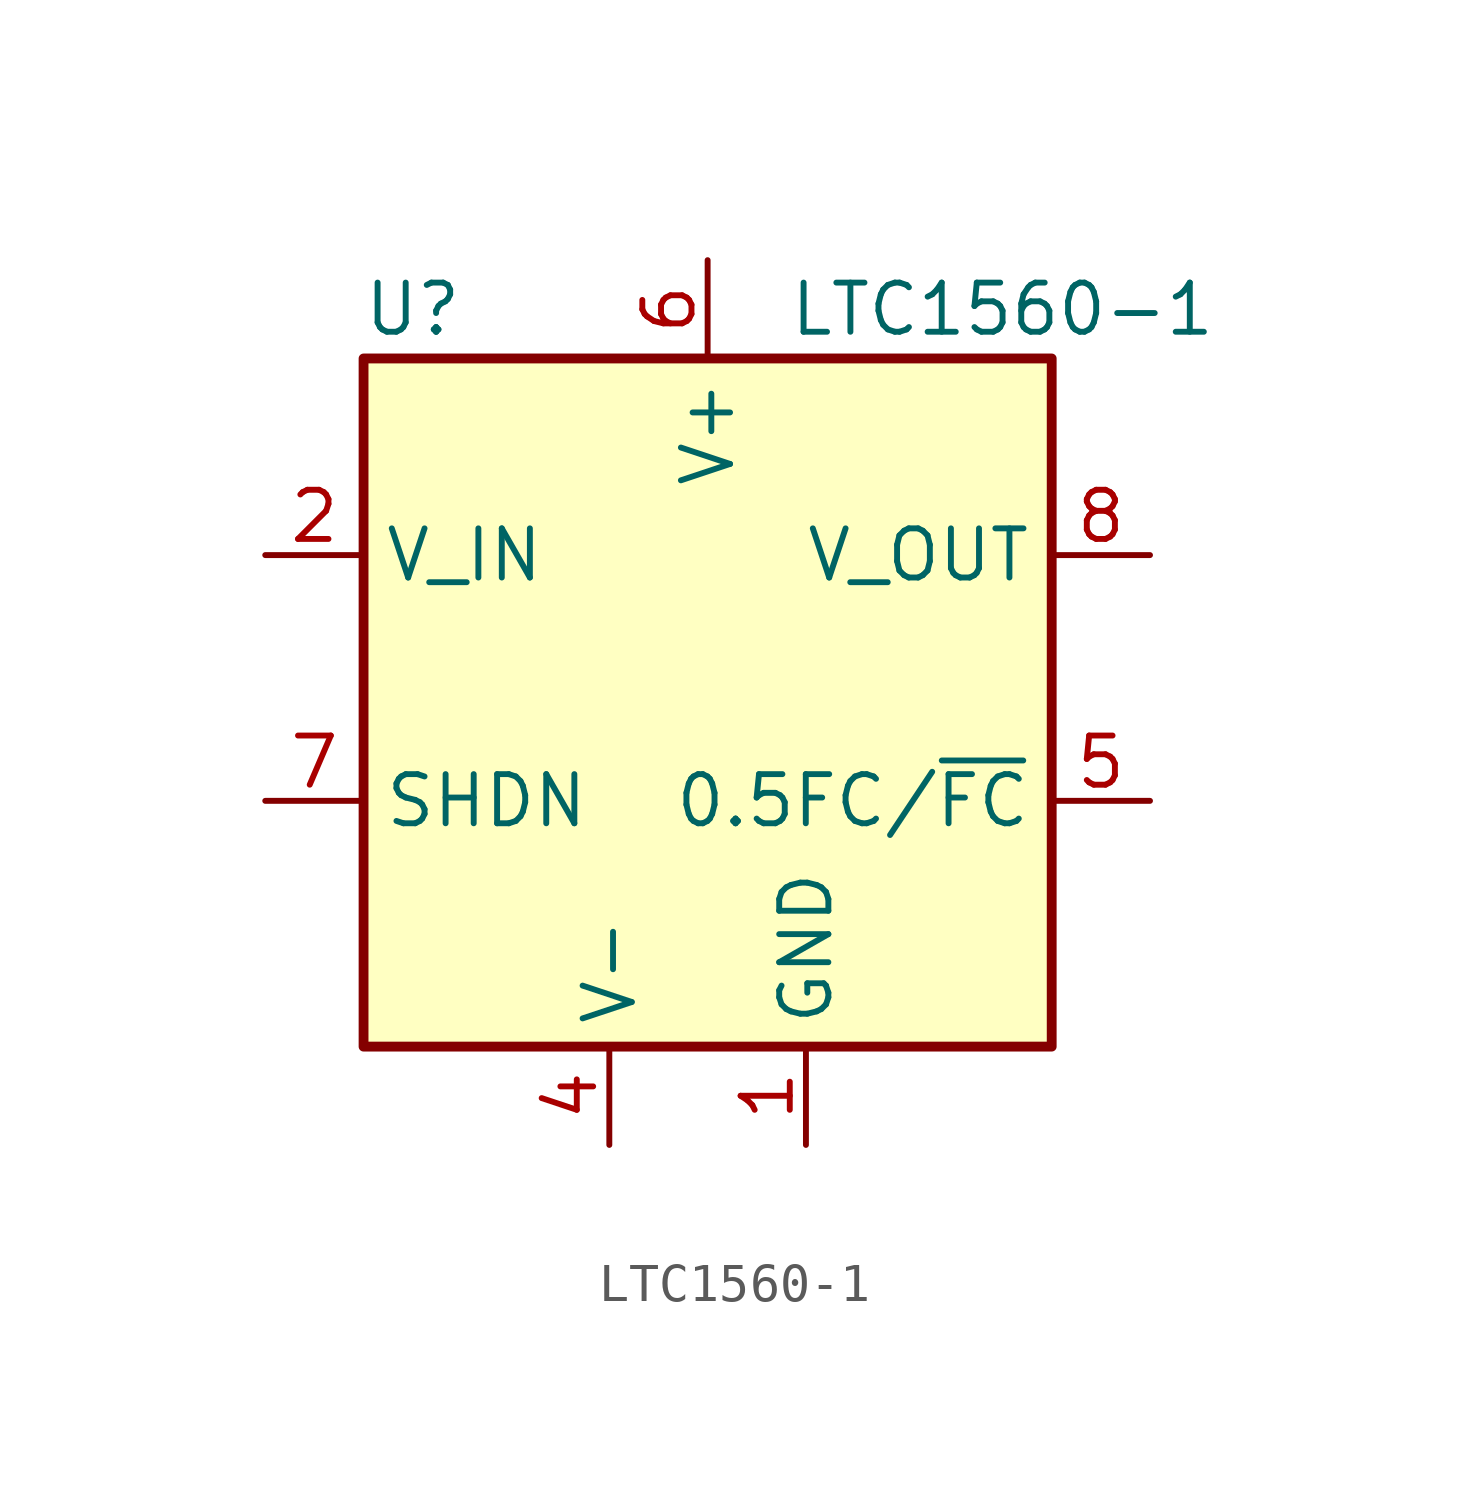
<source format=kicad_sym>
(kicad_symbol_lib
  (version 20220914)
  (generator kicad_symbol_editor)
  (symbol "LTC1560-1"
    (property "Reference" "U"
      (at -7.62 10.16 0)
      (effects (font (size 1.27 1.27))))
    (property "Value" "LTC1560-1"
      (at 7.62 10.16 0)
      (effects (font (size 1.27 1.27))))
    (symbol "LTC1560-1_0_1"
      (rectangle (start -8.89 8.89) (end 8.89 -8.89) (stroke (width 0.254) (type default)) (fill (type background))))
    (symbol "LTC1560-1_1_1"
      (pin power_in line (at 2.54 -11.43 90) (length 2.54) (name "GND" (effects (font (size 1.27 1.27)))) (number "1" (effects (font (size 1.27 1.27)))))
      (pin input line (at -11.43 3.81 0) (length 2.54) (name "V_IN" (effects (font (size 1.27 1.27)))) (number "2" (effects (font (size 1.27 1.27)))))
      (pin passive line (at 2.54 -11.43 90) (length 2.54) hide (name "GND" (effects (font (size 1.27 1.27)))) (number "3" (effects (font (size 1.27 1.27)))))
      (pin power_in line (at -2.54 -11.43 90) (length 2.54) (name "V-" (effects (font (size 1.27 1.27)))) (number "4" (effects (font (size 1.27 1.27)))))
      (pin input line (at 11.43 -2.54 180) (length 2.54) (name "0.5FC/~{FC}" (effects (font (size 1.27 1.27)))) (number "5" (effects (font (size 1.27 1.27)))))
      (pin power_in line (at 0 11.43 270) (length 2.54) (name "V+" (effects (font (size 1.27 1.27)))) (number "6" (effects (font (size 1.27 1.27)))))
      (pin input line (at -11.43 -2.54 0) (length 2.54) (name "SHDN" (effects (font (size 1.27 1.27)))) (number "7" (effects (font (size 1.27 1.27)))))
      (pin output line (at 11.43 3.81 180) (length 2.54) (name "V_OUT" (effects (font (size 1.27 1.27)))) (number "8" (effects (font (size 1.27 1.27))))))))
</source>
